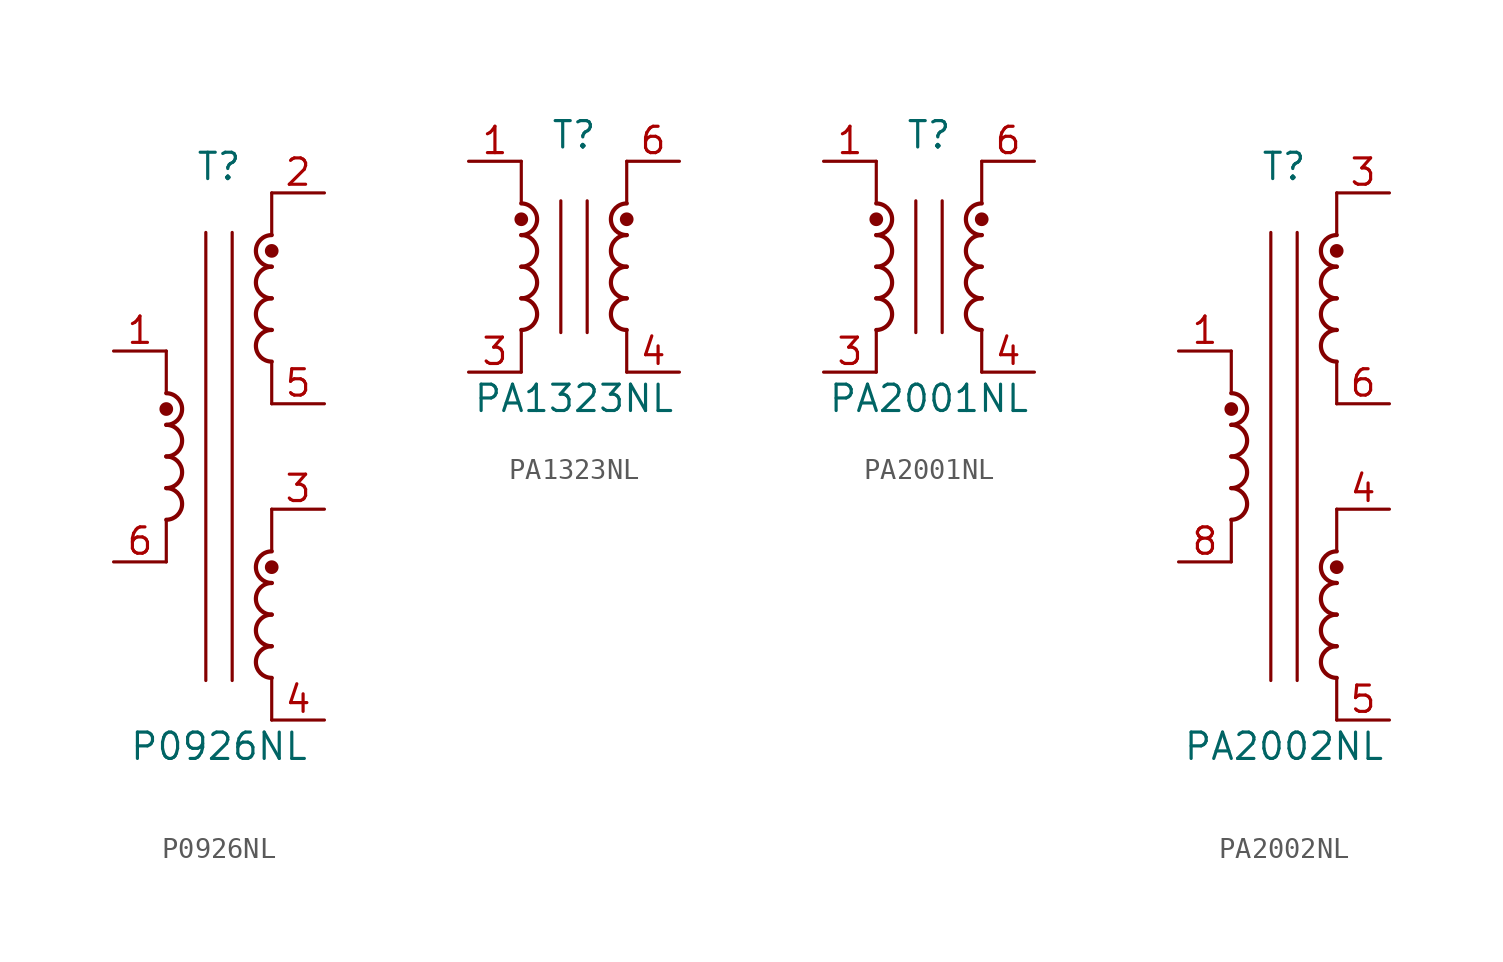
<source format=kicad_sym>
(kicad_symbol_lib
  (version 20220914)
  (generator kicad_symbol_editor)
  (symbol "P0926NL"
    (pin_names hide)
    (property "Reference" "T"
      (at 0 13.97 0)
      (effects (font (size 1.27 1.27))))
    (property "Value" "P0926NL"
      (at 0 -13.97 0)
      (effects (font (size 1.27 1.27))))
    (symbol "P0926NL_0_1"
      (arc (start -2.54 -3.048) (mid -1.7813 -2.286) (end -2.54 -1.524) (stroke (width 0.2032) (type default)) (fill (type none)))
      (arc (start -2.54 -1.524) (mid -1.7813 -0.762) (end -2.54 0) (stroke (width 0.2032) (type default)) (fill (type none)))
      (arc (start -2.54 0) (mid -1.7813 0.762) (end -2.54 1.524) (stroke (width 0.2032) (type default)) (fill (type none)))
      (circle (center -2.54 2.286) (radius 0.254) (stroke (width 0) (type default)) (fill (type outline)))
      (polyline (pts (xy -2.54 -3.048) (xy -2.54 -5.08)) (stroke (width 0) (type default)) (fill (type none)))
      (polyline (pts (xy -2.54 5.08) (xy -2.54 3.048)) (stroke (width 0) (type default)) (fill (type none)))
      (polyline (pts (xy -0.635 10.795) (xy -0.635 -10.795)) (stroke (width 0) (type default)) (fill (type none)))
      (polyline (pts (xy 0.635 10.795) (xy 0.635 -10.795)) (stroke (width 0) (type default)) (fill (type none)))
      (polyline (pts (xy 2.54 -10.668) (xy 2.54 -12.7)) (stroke (width 0) (type default)) (fill (type none)))
      (polyline (pts (xy 2.54 -2.54) (xy 2.54 -4.572)) (stroke (width 0) (type default)) (fill (type none)))
      (polyline (pts (xy 2.54 4.572) (xy 2.54 2.54)) (stroke (width 0) (type default)) (fill (type none)))
      (polyline (pts (xy 2.54 12.7) (xy 2.54 10.668)) (stroke (width 0) (type default)) (fill (type none)))
      (arc (start 2.54 -9.144) (mid 1.7813 -9.906) (end 2.54 -10.668) (stroke (width 0.2032) (type default)) (fill (type none)))
      (arc (start 2.54 -7.62) (mid 1.7813 -8.382) (end 2.54 -9.144) (stroke (width 0.2032) (type default)) (fill (type none)))
      (arc (start 2.54 -6.096) (mid 1.7813 -6.858) (end 2.54 -7.62) (stroke (width 0.2032) (type default)) (fill (type none)))
      (circle (center 2.54 -5.334) (radius 0.254) (stroke (width 0) (type default)) (fill (type outline)))
      (arc (start 2.54 -4.572) (mid 1.7813 -5.334) (end 2.54 -6.096) (stroke (width 0.2032) (type default)) (fill (type none)))
      (arc (start 2.54 6.096) (mid 1.7813 5.334) (end 2.54 4.572) (stroke (width 0.2032) (type default)) (fill (type none)))
      (arc (start 2.54 7.62) (mid 1.7813 6.858) (end 2.54 6.096) (stroke (width 0.2032) (type default)) (fill (type none)))
      (arc (start 2.54 9.144) (mid 1.7813 8.382) (end 2.54 7.62) (stroke (width 0.2032) (type default)) (fill (type none)))
      (circle (center 2.54 9.906) (radius 0.254) (stroke (width 0) (type default)) (fill (type outline)))
      (arc (start 2.54 10.668) (mid 1.7813 9.906) (end 2.54 9.144) (stroke (width 0.2032) (type default)) (fill (type none))))
    (symbol "P0926NL_1_1"
      (arc (start -2.54 1.524) (mid -1.7813 2.286) (end -2.54 3.048) (stroke (width 0.2032) (type default)) (fill (type none)))
      (pin passive line (at -5.08 5.08 0) (length 2.54) (name "~" (effects (font (size 1.27 1.27)))) (number "1" (effects (font (size 1.27 1.27)))))
      (pin passive line (at 5.08 12.7 180) (length 2.54) (name "~" (effects (font (size 1.27 1.27)))) (number "2" (effects (font (size 1.27 1.27)))))
      (pin passive line (at 5.08 -2.54 180) (length 2.54) (name "~" (effects (font (size 1.27 1.27)))) (number "3" (effects (font (size 1.27 1.27)))))
      (pin passive line (at 5.08 -12.7 180) (length 2.54) (name "~" (effects (font (size 1.27 1.27)))) (number "4" (effects (font (size 1.27 1.27)))))
      (pin passive line (at 5.08 2.54 180) (length 2.54) (name "~" (effects (font (size 1.27 1.27)))) (number "5" (effects (font (size 1.27 1.27)))))
      (pin passive line (at -5.08 -5.08 0) (length 2.54) (name "~" (effects (font (size 1.27 1.27)))) (number "6" (effects (font (size 1.27 1.27)))))))
  (symbol "PA1323NL"
    (pin_names hide)
    (property "Reference" "T"
      (at 0 6.35 0)
      (effects (font (size 1.27 1.27))))
    (property "Value" "PA1323NL"
      (at 0 -6.35 0)
      (effects (font (size 1.27 1.27))))
    (symbol "PA1323NL_0_1"
      (arc (start -2.54 -3.048) (mid -1.7813 -2.286) (end -2.54 -1.524) (stroke (width 0.2032) (type default)) (fill (type none)))
      (arc (start -2.54 -1.524) (mid -1.7813 -0.762) (end -2.54 0) (stroke (width 0.2032) (type default)) (fill (type none)))
      (arc (start -2.54 0) (mid -1.7813 0.762) (end -2.54 1.524) (stroke (width 0.2032) (type default)) (fill (type none)))
      (circle (center -2.54 2.286) (radius 0.254) (stroke (width 0) (type default)) (fill (type outline)))
      (polyline (pts (xy -2.54 -3.048) (xy -2.54 -5.08)) (stroke (width 0) (type default)) (fill (type none)))
      (polyline (pts (xy -2.54 5.08) (xy -2.54 3.048)) (stroke (width 0) (type default)) (fill (type none)))
      (polyline (pts (xy -0.635 3.175) (xy -0.635 -3.175)) (stroke (width 0) (type default)) (fill (type none)))
      (polyline (pts (xy 0.635 3.175) (xy 0.635 -3.175)) (stroke (width 0) (type default)) (fill (type none)))
      (polyline (pts (xy 2.54 -3.048) (xy 2.54 -5.08)) (stroke (width 0) (type default)) (fill (type none)))
      (polyline (pts (xy 2.54 5.08) (xy 2.54 3.048)) (stroke (width 0) (type default)) (fill (type none)))
      (arc (start 2.54 -1.524) (mid 1.7813 -2.286) (end 2.54 -3.048) (stroke (width 0.2032) (type default)) (fill (type none)))
      (arc (start 2.54 0) (mid 1.7813 -0.762) (end 2.54 -1.524) (stroke (width 0.2032) (type default)) (fill (type none)))
      (arc (start 2.54 1.524) (mid 1.7813 0.762) (end 2.54 0) (stroke (width 0.2032) (type default)) (fill (type none)))
      (circle (center 2.54 2.286) (radius 0.254) (stroke (width 0) (type default)) (fill (type outline)))
      (arc (start 2.54 3.048) (mid 1.7813 2.286) (end 2.54 1.524) (stroke (width 0.2032) (type default)) (fill (type none))))
    (symbol "PA1323NL_1_1"
      (arc (start -2.54 1.524) (mid -1.7813 2.286) (end -2.54 3.048) (stroke (width 0.2032) (type default)) (fill (type none)))
      (pin passive line (at -5.08 5.08 0) (length 2.54) (name "~" (effects (font (size 1.27 1.27)))) (number "1" (effects (font (size 1.27 1.27)))))
      (pin passive line (at -5.08 -5.08 0) (length 2.54) (name "~" (effects (font (size 1.27 1.27)))) (number "3" (effects (font (size 1.27 1.27)))))
      (pin passive line (at 5.08 -5.08 180) (length 2.54) (name "~" (effects (font (size 1.27 1.27)))) (number "4" (effects (font (size 1.27 1.27)))))
      (pin passive line (at 5.08 5.08 180) (length 2.54) (name "~" (effects (font (size 1.27 1.27)))) (number "6" (effects (font (size 1.27 1.27)))))))
  (symbol "PA2001NL"
    (pin_names hide)
    (property "Reference" "T"
      (at 0 6.35 0)
      (effects (font (size 1.27 1.27))))
    (property "Value" "PA2001NL"
      (at 0 -6.35 0)
      (effects (font (size 1.27 1.27))))
    (symbol "PA2001NL_0_1"
      (arc (start -2.54 -3.048) (mid -1.7813 -2.286) (end -2.54 -1.524) (stroke (width 0.2032) (type default)) (fill (type none)))
      (arc (start -2.54 -1.524) (mid -1.7813 -0.762) (end -2.54 0) (stroke (width 0.2032) (type default)) (fill (type none)))
      (arc (start -2.54 0) (mid -1.7813 0.762) (end -2.54 1.524) (stroke (width 0.2032) (type default)) (fill (type none)))
      (circle (center -2.54 2.286) (radius 0.254) (stroke (width 0) (type default)) (fill (type outline)))
      (polyline (pts (xy -2.54 -3.048) (xy -2.54 -5.08)) (stroke (width 0) (type default)) (fill (type none)))
      (polyline (pts (xy -2.54 5.08) (xy -2.54 3.048)) (stroke (width 0) (type default)) (fill (type none)))
      (polyline (pts (xy -0.635 3.175) (xy -0.635 -3.175)) (stroke (width 0) (type default)) (fill (type none)))
      (polyline (pts (xy 0.635 3.175) (xy 0.635 -3.175)) (stroke (width 0) (type default)) (fill (type none)))
      (polyline (pts (xy 2.54 -3.048) (xy 2.54 -5.08)) (stroke (width 0) (type default)) (fill (type none)))
      (polyline (pts (xy 2.54 5.08) (xy 2.54 3.048)) (stroke (width 0) (type default)) (fill (type none)))
      (arc (start 2.54 -1.524) (mid 1.7813 -2.286) (end 2.54 -3.048) (stroke (width 0.2032) (type default)) (fill (type none)))
      (arc (start 2.54 0) (mid 1.7813 -0.762) (end 2.54 -1.524) (stroke (width 0.2032) (type default)) (fill (type none)))
      (arc (start 2.54 1.524) (mid 1.7813 0.762) (end 2.54 0) (stroke (width 0.2032) (type default)) (fill (type none)))
      (circle (center 2.54 2.286) (radius 0.254) (stroke (width 0) (type default)) (fill (type outline)))
      (arc (start 2.54 3.048) (mid 1.7813 2.286) (end 2.54 1.524) (stroke (width 0.2032) (type default)) (fill (type none))))
    (symbol "PA2001NL_1_1"
      (arc (start -2.54 1.524) (mid -1.7813 2.286) (end -2.54 3.048) (stroke (width 0.2032) (type default)) (fill (type none)))
      (pin passive line (at -5.08 5.08 0) (length 2.54) (name "~" (effects (font (size 1.27 1.27)))) (number "1" (effects (font (size 1.27 1.27)))))
      (pin passive line (at -5.08 -5.08 0) (length 2.54) (name "~" (effects (font (size 1.27 1.27)))) (number "3" (effects (font (size 1.27 1.27)))))
      (pin passive line (at 5.08 -5.08 180) (length 2.54) (name "~" (effects (font (size 1.27 1.27)))) (number "4" (effects (font (size 1.27 1.27)))))
      (pin passive line (at 5.08 5.08 180) (length 2.54) (name "~" (effects (font (size 1.27 1.27)))) (number "6" (effects (font (size 1.27 1.27)))))))
  (symbol "PA2002NL"
    (pin_names hide)
    (property "Reference" "T"
      (at 0 13.97 0)
      (effects (font (size 1.27 1.27))))
    (property "Value" "PA2002NL"
      (at 0 -13.97 0)
      (effects (font (size 1.27 1.27))))
    (symbol "PA2002NL_0_1"
      (arc (start -2.54 -3.048) (mid -1.7813 -2.286) (end -2.54 -1.524) (stroke (width 0.2032) (type default)) (fill (type none)))
      (arc (start -2.54 -1.524) (mid -1.7813 -0.762) (end -2.54 0) (stroke (width 0.2032) (type default)) (fill (type none)))
      (arc (start -2.54 0) (mid -1.7813 0.762) (end -2.54 1.524) (stroke (width 0.2032) (type default)) (fill (type none)))
      (circle (center -2.54 2.286) (radius 0.254) (stroke (width 0) (type default)) (fill (type outline)))
      (polyline (pts (xy -2.54 -3.048) (xy -2.54 -5.08)) (stroke (width 0) (type default)) (fill (type none)))
      (polyline (pts (xy -2.54 5.08) (xy -2.54 3.048)) (stroke (width 0) (type default)) (fill (type none)))
      (polyline (pts (xy -0.635 10.795) (xy -0.635 -10.795)) (stroke (width 0) (type default)) (fill (type none)))
      (polyline (pts (xy 0.635 10.795) (xy 0.635 -10.795)) (stroke (width 0) (type default)) (fill (type none)))
      (polyline (pts (xy 2.54 -10.668) (xy 2.54 -12.7)) (stroke (width 0) (type default)) (fill (type none)))
      (polyline (pts (xy 2.54 -2.54) (xy 2.54 -4.572)) (stroke (width 0) (type default)) (fill (type none)))
      (polyline (pts (xy 2.54 4.572) (xy 2.54 2.54)) (stroke (width 0) (type default)) (fill (type none)))
      (polyline (pts (xy 2.54 12.7) (xy 2.54 10.668)) (stroke (width 0) (type default)) (fill (type none)))
      (arc (start 2.54 -9.144) (mid 1.7813 -9.906) (end 2.54 -10.668) (stroke (width 0.2032) (type default)) (fill (type none)))
      (arc (start 2.54 -7.62) (mid 1.7813 -8.382) (end 2.54 -9.144) (stroke (width 0.2032) (type default)) (fill (type none)))
      (arc (start 2.54 -6.096) (mid 1.7813 -6.858) (end 2.54 -7.62) (stroke (width 0.2032) (type default)) (fill (type none)))
      (circle (center 2.54 -5.334) (radius 0.254) (stroke (width 0) (type default)) (fill (type outline)))
      (arc (start 2.54 -4.572) (mid 1.7813 -5.334) (end 2.54 -6.096) (stroke (width 0.2032) (type default)) (fill (type none)))
      (arc (start 2.54 6.096) (mid 1.7813 5.334) (end 2.54 4.572) (stroke (width 0.2032) (type default)) (fill (type none)))
      (arc (start 2.54 7.62) (mid 1.7813 6.858) (end 2.54 6.096) (stroke (width 0.2032) (type default)) (fill (type none)))
      (arc (start 2.54 9.144) (mid 1.7813 8.382) (end 2.54 7.62) (stroke (width 0.2032) (type default)) (fill (type none)))
      (circle (center 2.54 9.906) (radius 0.254) (stroke (width 0) (type default)) (fill (type outline)))
      (arc (start 2.54 10.668) (mid 1.7813 9.906) (end 2.54 9.144) (stroke (width 0.2032) (type default)) (fill (type none))))
    (symbol "PA2002NL_1_1"
      (arc (start -2.54 1.524) (mid -1.7813 2.286) (end -2.54 3.048) (stroke (width 0.2032) (type default)) (fill (type none)))
      (pin passive line (at -5.08 5.08 0) (length 2.54) (name "~" (effects (font (size 1.27 1.27)))) (number "1" (effects (font (size 1.27 1.27)))))
      (pin passive line (at 5.08 12.7 180) (length 2.54) (name "~" (effects (font (size 1.27 1.27)))) (number "3" (effects (font (size 1.27 1.27)))))
      (pin passive line (at 5.08 -2.54 180) (length 2.54) (name "~" (effects (font (size 1.27 1.27)))) (number "4" (effects (font (size 1.27 1.27)))))
      (pin passive line (at 5.08 -12.7 180) (length 2.54) (name "~" (effects (font (size 1.27 1.27)))) (number "5" (effects (font (size 1.27 1.27)))))
      (pin passive line (at 5.08 2.54 180) (length 2.54) (name "~" (effects (font (size 1.27 1.27)))) (number "6" (effects (font (size 1.27 1.27)))))
      (pin passive line (at -5.08 -5.08 0) (length 2.54) (name "~" (effects (font (size 1.27 1.27)))) (number "8" (effects (font (size 1.27 1.27))))))))
</source>
